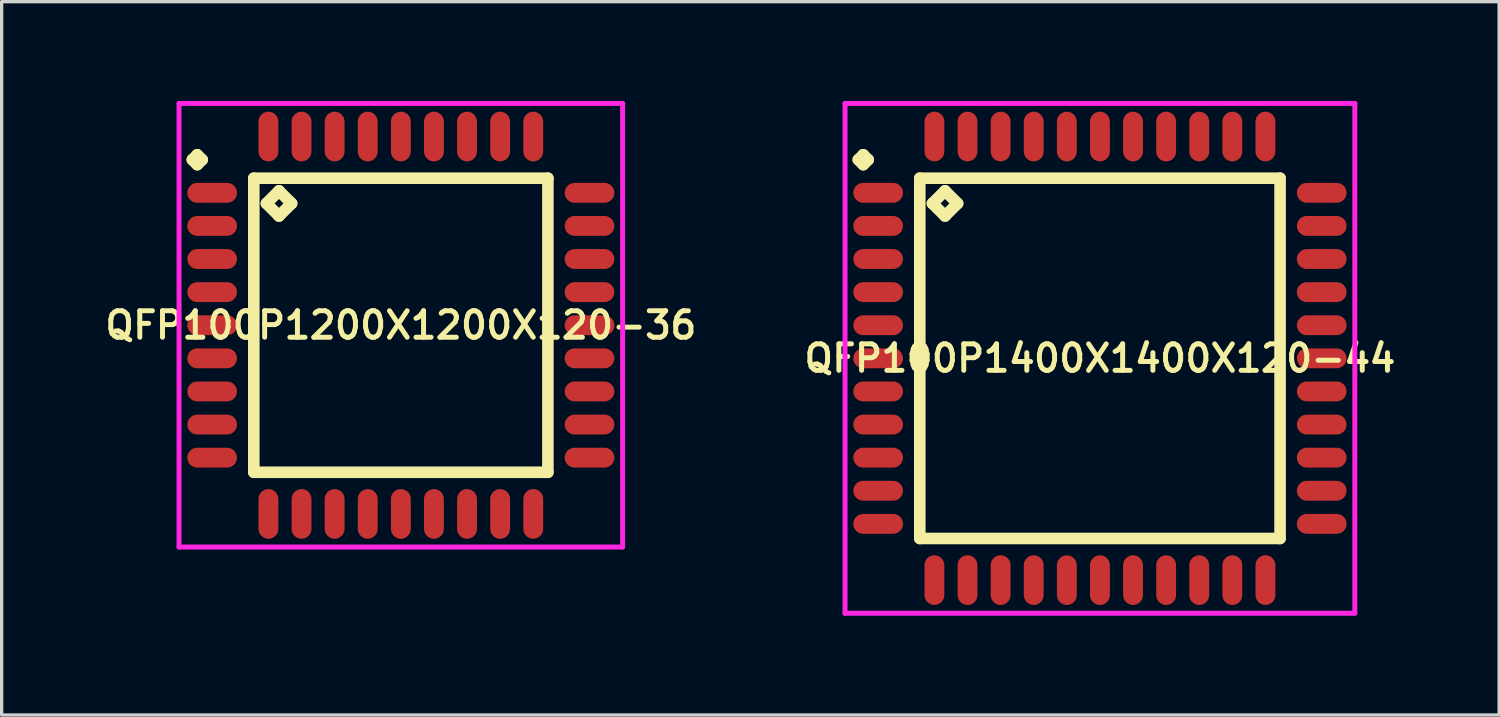
<source format=kicad_pcb>
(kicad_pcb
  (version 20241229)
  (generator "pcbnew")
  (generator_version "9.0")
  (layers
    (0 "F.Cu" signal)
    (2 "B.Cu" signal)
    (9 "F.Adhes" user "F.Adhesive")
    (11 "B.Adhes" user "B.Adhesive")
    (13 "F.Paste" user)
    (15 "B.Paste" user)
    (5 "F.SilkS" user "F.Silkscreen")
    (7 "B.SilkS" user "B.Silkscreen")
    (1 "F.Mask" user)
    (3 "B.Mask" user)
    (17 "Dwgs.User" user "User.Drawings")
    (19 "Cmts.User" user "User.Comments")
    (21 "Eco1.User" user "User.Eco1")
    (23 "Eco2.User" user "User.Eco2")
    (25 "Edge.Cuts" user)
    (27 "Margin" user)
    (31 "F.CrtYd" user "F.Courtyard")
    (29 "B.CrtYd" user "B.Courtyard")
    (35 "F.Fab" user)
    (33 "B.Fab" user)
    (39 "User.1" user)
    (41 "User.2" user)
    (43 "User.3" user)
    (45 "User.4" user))
  (footprint "QFP100P1200X1200X120-36"
    (layer "F.Cu")
    (at 9.059 6.775)
    (property "Reference" "QFP100P1200X1200X120-36" (at 0 0 0) (layer "F.SilkS") (effects (font (size 0.8 0.8) (thickness 0.15))))
    (attr smd)
    (fp_line (start -6.3 -5) (end -6.15 -5.15) (stroke (width 0.35) (type solid)) (layer "F.SilkS"))
    (fp_line (start -6.15 -5.15) (end -6 -5) (stroke (width 0.35) (type solid)) (layer "F.SilkS"))
    (fp_line (start -6.15 -4.85) (end -6.3 -5) (stroke (width 0.35) (type solid)) (layer "F.SilkS"))
    (fp_line (start -6 -5) (end -6.15 -4.85) (stroke (width 0.35) (type solid)) (layer "F.SilkS"))
    (fp_line (start -4.442 -4.442) (end -4.442 4.442) (stroke (width 0.35) (type solid)) (layer "F.SilkS"))
    (fp_line (start -4.442 4.442) (end 4.442 4.442) (stroke (width 0.35) (type solid)) (layer "F.SilkS"))
    (fp_line (start -4.061 -3.68) (end -3.68 -4.061) (stroke (width 0.35) (type solid)) (layer "F.SilkS"))
    (fp_line (start -3.68 -4.061) (end -3.299 -3.68) (stroke (width 0.35) (type solid)) (layer "F.SilkS"))
    (fp_line (start -3.68 -3.299) (end -4.061 -3.68) (stroke (width 0.35) (type solid)) (layer "F.SilkS"))
    (fp_line (start -3.299 -3.68) (end -3.68 -3.299) (stroke (width 0.35) (type solid)) (layer "F.SilkS"))
    (fp_line (start 4.442 -4.442) (end -4.442 -4.442) (stroke (width 0.35) (type solid)) (layer "F.SilkS"))
    (fp_line (start 4.442 4.442) (end 4.442 -4.442) (stroke (width 0.35) (type solid)) (layer "F.SilkS"))
    (fp_line (start -6.7 -6.7) (end 6.7 -6.7) (stroke (width 0.15) (type solid)) (layer "F.CrtYd"))
    (fp_line (start -6.7 6.7) (end -6.7 -6.7) (stroke (width 0.15) (type solid)) (layer "F.CrtYd"))
    (fp_line (start 6.7 -6.7) (end 6.7 6.7) (stroke (width 0.15) (type solid)) (layer "F.CrtYd"))
    (fp_line (start 6.7 6.7) (end -6.7 6.7) (stroke (width 0.15) (type solid)) (layer "F.CrtYd"))
    (pad "1" smd oval (at -5.7 -4) (size 1.5 0.6) (layers "F.Cu" "F.Mask" "F.Paste"))
    (pad "2" smd oval (at -5.7 -3) (size 1.5 0.6) (layers "F.Cu" "F.Mask" "F.Paste"))
    (pad "3" smd oval (at -5.7 -2) (size 1.5 0.6) (layers "F.Cu" "F.Mask" "F.Paste"))
    (pad "4" smd oval (at -5.7 -1) (size 1.5 0.6) (layers "F.Cu" "F.Mask" "F.Paste"))
    (pad "5" smd oval (at -5.7 0) (size 1.5 0.6) (layers "F.Cu" "F.Mask" "F.Paste"))
    (pad "6" smd oval (at -5.7 1) (size 1.5 0.6) (layers "F.Cu" "F.Mask" "F.Paste"))
    (pad "7" smd oval (at -5.7 2) (size 1.5 0.6) (layers "F.Cu" "F.Mask" "F.Paste"))
    (pad "8" smd oval (at -5.7 3) (size 1.5 0.6) (layers "F.Cu" "F.Mask" "F.Paste"))
    (pad "9" smd oval (at -5.7 4) (size 1.5 0.6) (layers "F.Cu" "F.Mask" "F.Paste"))
    (pad "10" smd oval (at -4 5.7) (size 0.6 1.5) (layers "F.Cu" "F.Mask" "F.Paste"))
    (pad "11" smd oval (at -3 5.7) (size 0.6 1.5) (layers "F.Cu" "F.Mask" "F.Paste"))
    (pad "12" smd oval (at -2 5.7) (size 0.6 1.5) (layers "F.Cu" "F.Mask" "F.Paste"))
    (pad "13" smd oval (at -1 5.7) (size 0.6 1.5) (layers "F.Cu" "F.Mask" "F.Paste"))
    (pad "14" smd oval (at 0 5.7) (size 0.6 1.5) (layers "F.Cu" "F.Mask" "F.Paste"))
    (pad "15" smd oval (at 1 5.7) (size 0.6 1.5) (layers "F.Cu" "F.Mask" "F.Paste"))
    (pad "16" smd oval (at 2 5.7) (size 0.6 1.5) (layers "F.Cu" "F.Mask" "F.Paste"))
    (pad "17" smd oval (at 3 5.7) (size 0.6 1.5) (layers "F.Cu" "F.Mask" "F.Paste"))
    (pad "18" smd oval (at 4 5.7) (size 0.6 1.5) (layers "F.Cu" "F.Mask" "F.Paste"))
    (pad "19" smd oval (at 5.7 4) (size 1.5 0.6) (layers "F.Cu" "F.Mask" "F.Paste"))
    (pad "20" smd oval (at 5.7 3) (size 1.5 0.6) (layers "F.Cu" "F.Mask" "F.Paste"))
    (pad "21" smd oval (at 5.7 2) (size 1.5 0.6) (layers "F.Cu" "F.Mask" "F.Paste"))
    (pad "22" smd oval (at 5.7 1) (size 1.5 0.6) (layers "F.Cu" "F.Mask" "F.Paste"))
    (pad "23" smd oval (at 5.7 0) (size 1.5 0.6) (layers "F.Cu" "F.Mask" "F.Paste"))
    (pad "24" smd oval (at 5.7 -1) (size 1.5 0.6) (layers "F.Cu" "F.Mask" "F.Paste"))
    (pad "25" smd oval (at 5.7 -2) (size 1.5 0.6) (layers "F.Cu" "F.Mask" "F.Paste"))
    (pad "26" smd oval (at 5.7 -3) (size 1.5 0.6) (layers "F.Cu" "F.Mask" "F.Paste"))
    (pad "27" smd oval (at 5.7 -4) (size 1.5 0.6) (layers "F.Cu" "F.Mask" "F.Paste"))
    (pad "28" smd oval (at 4 -5.7) (size 0.6 1.5) (layers "F.Cu" "F.Mask" "F.Paste"))
    (pad "29" smd oval (at 3 -5.7) (size 0.6 1.5) (layers "F.Cu" "F.Mask" "F.Paste"))
    (pad "30" smd oval (at 2 -5.7) (size 0.6 1.5) (layers "F.Cu" "F.Mask" "F.Paste"))
    (pad "31" smd oval (at 1 -5.7) (size 0.6 1.5) (layers "F.Cu" "F.Mask" "F.Paste"))
    (pad "32" smd oval (at 0 -5.7) (size 0.6 1.5) (layers "F.Cu" "F.Mask" "F.Paste"))
    (pad "33" smd oval (at -1 -5.7) (size 0.6 1.5) (layers "F.Cu" "F.Mask" "F.Paste"))
    (pad "34" smd oval (at -2 -5.7) (size 0.6 1.5) (layers "F.Cu" "F.Mask" "F.Paste"))
    (pad "35" smd oval (at -3 -5.7) (size 0.6 1.5) (layers "F.Cu" "F.Mask" "F.Paste"))
    (pad "36" smd oval (at -4 -5.7) (size 0.6 1.5) (layers "F.Cu" "F.Mask" "F.Paste")))
  (footprint "QFP100P1400X1400X120-44"
    (layer "F.Cu")
    (at 30.178 7.775)
    (property "Reference" "QFP100P1400X1400X120-44" (at 0 0 0) (layer "F.SilkS") (effects (font (size 0.8 0.8) (thickness 0.15))))
    (attr smd)
    (fp_line (start -7.3 -6) (end -7.15 -6.15) (stroke (width 0.35) (type solid)) (layer "F.SilkS"))
    (fp_line (start -7.15 -6.15) (end -7 -6) (stroke (width 0.35) (type solid)) (layer "F.SilkS"))
    (fp_line (start -7.15 -5.85) (end -7.3 -6) (stroke (width 0.35) (type solid)) (layer "F.SilkS"))
    (fp_line (start -7 -6) (end -7.15 -5.85) (stroke (width 0.35) (type solid)) (layer "F.SilkS"))
    (fp_line (start -5.442 -5.442) (end -5.442 5.442) (stroke (width 0.35) (type solid)) (layer "F.SilkS"))
    (fp_line (start -5.442 5.442) (end 5.442 5.442) (stroke (width 0.35) (type solid)) (layer "F.SilkS"))
    (fp_line (start -5.061 -4.68) (end -4.68 -5.061) (stroke (width 0.35) (type solid)) (layer "F.SilkS"))
    (fp_line (start -4.68 -5.061) (end -4.299 -4.68) (stroke (width 0.35) (type solid)) (layer "F.SilkS"))
    (fp_line (start -4.68 -4.299) (end -5.061 -4.68) (stroke (width 0.35) (type solid)) (layer "F.SilkS"))
    (fp_line (start -4.299 -4.68) (end -4.68 -4.299) (stroke (width 0.35) (type solid)) (layer "F.SilkS"))
    (fp_line (start 5.442 -5.442) (end -5.442 -5.442) (stroke (width 0.35) (type solid)) (layer "F.SilkS"))
    (fp_line (start 5.442 5.442) (end 5.442 -5.442) (stroke (width 0.35) (type solid)) (layer "F.SilkS"))
    (fp_line (start -7.7 -7.7) (end 7.7 -7.7) (stroke (width 0.15) (type solid)) (layer "F.CrtYd"))
    (fp_line (start -7.7 7.7) (end -7.7 -7.7) (stroke (width 0.15) (type solid)) (layer "F.CrtYd"))
    (fp_line (start 7.7 -7.7) (end 7.7 7.7) (stroke (width 0.15) (type solid)) (layer "F.CrtYd"))
    (fp_line (start 7.7 7.7) (end -7.7 7.7) (stroke (width 0.15) (type solid)) (layer "F.CrtYd"))
    (pad "1" smd oval (at -6.7 -5) (size 1.5 0.6) (layers "F.Cu" "F.Mask" "F.Paste"))
    (pad "2" smd oval (at -6.7 -4) (size 1.5 0.6) (layers "F.Cu" "F.Mask" "F.Paste"))
    (pad "3" smd oval (at -6.7 -3) (size 1.5 0.6) (layers "F.Cu" "F.Mask" "F.Paste"))
    (pad "4" smd oval (at -6.7 -2) (size 1.5 0.6) (layers "F.Cu" "F.Mask" "F.Paste"))
    (pad "5" smd oval (at -6.7 -1) (size 1.5 0.6) (layers "F.Cu" "F.Mask" "F.Paste"))
    (pad "6" smd oval (at -6.7 0) (size 1.5 0.6) (layers "F.Cu" "F.Mask" "F.Paste"))
    (pad "7" smd oval (at -6.7 1) (size 1.5 0.6) (layers "F.Cu" "F.Mask" "F.Paste"))
    (pad "8" smd oval (at -6.7 2) (size 1.5 0.6) (layers "F.Cu" "F.Mask" "F.Paste"))
    (pad "9" smd oval (at -6.7 3) (size 1.5 0.6) (layers "F.Cu" "F.Mask" "F.Paste"))
    (pad "10" smd oval (at -6.7 4) (size 1.5 0.6) (layers "F.Cu" "F.Mask" "F.Paste"))
    (pad "11" smd oval (at -6.7 5) (size 1.5 0.6) (layers "F.Cu" "F.Mask" "F.Paste"))
    (pad "12" smd oval (at -5 6.7) (size 0.6 1.5) (layers "F.Cu" "F.Mask" "F.Paste"))
    (pad "13" smd oval (at -4 6.7) (size 0.6 1.5) (layers "F.Cu" "F.Mask" "F.Paste"))
    (pad "14" smd oval (at -3 6.7) (size 0.6 1.5) (layers "F.Cu" "F.Mask" "F.Paste"))
    (pad "15" smd oval (at -2 6.7) (size 0.6 1.5) (layers "F.Cu" "F.Mask" "F.Paste"))
    (pad "16" smd oval (at -1 6.7) (size 0.6 1.5) (layers "F.Cu" "F.Mask" "F.Paste"))
    (pad "17" smd oval (at 0 6.7) (size 0.6 1.5) (layers "F.Cu" "F.Mask" "F.Paste"))
    (pad "18" smd oval (at 1 6.7) (size 0.6 1.5) (layers "F.Cu" "F.Mask" "F.Paste"))
    (pad "19" smd oval (at 2 6.7) (size 0.6 1.5) (layers "F.Cu" "F.Mask" "F.Paste"))
    (pad "20" smd oval (at 3 6.7) (size 0.6 1.5) (layers "F.Cu" "F.Mask" "F.Paste"))
    (pad "21" smd oval (at 4 6.7) (size 0.6 1.5) (layers "F.Cu" "F.Mask" "F.Paste"))
    (pad "22" smd oval (at 5 6.7) (size 0.6 1.5) (layers "F.Cu" "F.Mask" "F.Paste"))
    (pad "23" smd oval (at 6.7 5) (size 1.5 0.6) (layers "F.Cu" "F.Mask" "F.Paste"))
    (pad "24" smd oval (at 6.7 4) (size 1.5 0.6) (layers "F.Cu" "F.Mask" "F.Paste"))
    (pad "25" smd oval (at 6.7 3) (size 1.5 0.6) (layers "F.Cu" "F.Mask" "F.Paste"))
    (pad "26" smd oval (at 6.7 2) (size 1.5 0.6) (layers "F.Cu" "F.Mask" "F.Paste"))
    (pad "27" smd oval (at 6.7 1) (size 1.5 0.6) (layers "F.Cu" "F.Mask" "F.Paste"))
    (pad "28" smd oval (at 6.7 0) (size 1.5 0.6) (layers "F.Cu" "F.Mask" "F.Paste"))
    (pad "29" smd oval (at 6.7 -1) (size 1.5 0.6) (layers "F.Cu" "F.Mask" "F.Paste"))
    (pad "30" smd oval (at 6.7 -2) (size 1.5 0.6) (layers "F.Cu" "F.Mask" "F.Paste"))
    (pad "31" smd oval (at 6.7 -3) (size 1.5 0.6) (layers "F.Cu" "F.Mask" "F.Paste"))
    (pad "32" smd oval (at 6.7 -4) (size 1.5 0.6) (layers "F.Cu" "F.Mask" "F.Paste"))
    (pad "33" smd oval (at 6.7 -5) (size 1.5 0.6) (layers "F.Cu" "F.Mask" "F.Paste"))
    (pad "34" smd oval (at 5 -6.7) (size 0.6 1.5) (layers "F.Cu" "F.Mask" "F.Paste"))
    (pad "35" smd oval (at 4 -6.7) (size 0.6 1.5) (layers "F.Cu" "F.Mask" "F.Paste"))
    (pad "36" smd oval (at 3 -6.7) (size 0.6 1.5) (layers "F.Cu" "F.Mask" "F.Paste"))
    (pad "37" smd oval (at 2 -6.7) (size 0.6 1.5) (layers "F.Cu" "F.Mask" "F.Paste"))
    (pad "38" smd oval (at 1 -6.7) (size 0.6 1.5) (layers "F.Cu" "F.Mask" "F.Paste"))
    (pad "39" smd oval (at 0 -6.7) (size 0.6 1.5) (layers "F.Cu" "F.Mask" "F.Paste"))
    (pad "40" smd oval (at -1 -6.7) (size 0.6 1.5) (layers "F.Cu" "F.Mask" "F.Paste"))
    (pad "41" smd oval (at -2 -6.7) (size 0.6 1.5) (layers "F.Cu" "F.Mask" "F.Paste"))
    (pad "42" smd oval (at -3 -6.7) (size 0.6 1.5) (layers "F.Cu" "F.Mask" "F.Paste"))
    (pad "43" smd oval (at -4 -6.7) (size 0.6 1.5) (layers "F.Cu" "F.Mask" "F.Paste"))
    (pad "44" smd oval (at -5 -6.7) (size 0.6 1.5) (layers "F.Cu" "F.Mask" "F.Paste")))
  (gr_rect
    (start -3 -3)
    (end 42.237 18.55)
    (stroke (width 0.1) (type default))
    (fill no)
    (layer "Edge.Cuts")))
</source>
